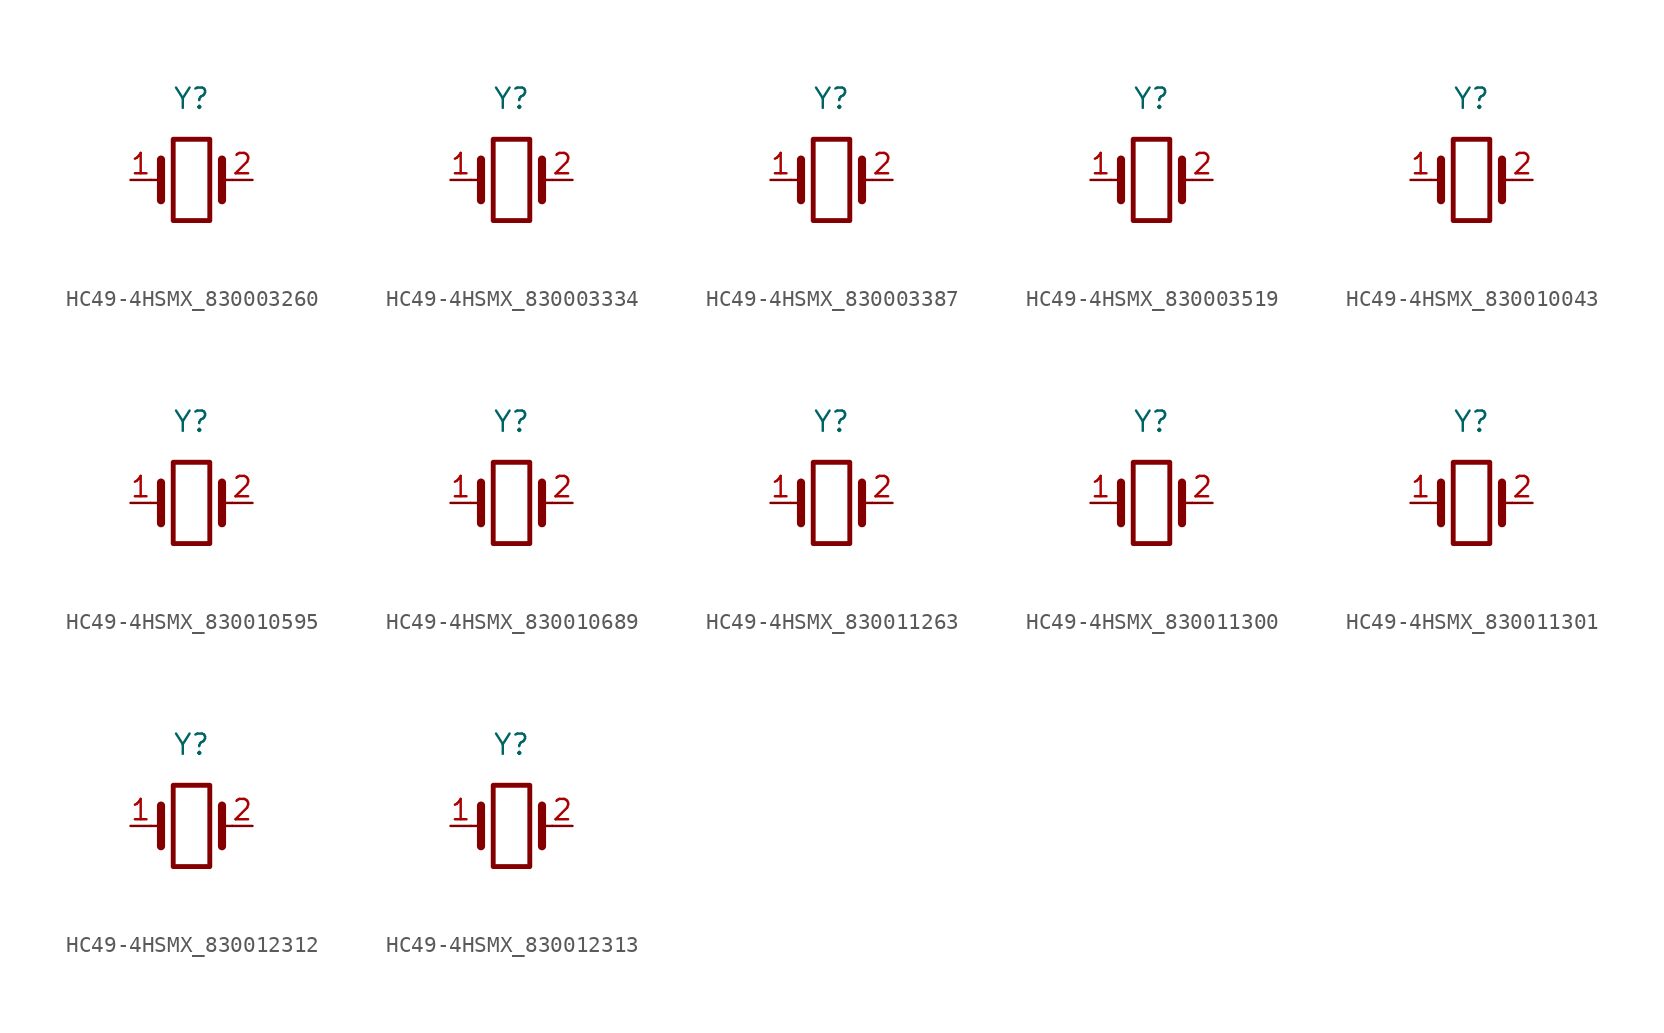
<source format=kicad_sym>
(kicad_symbol_lib
  (version 20220914)
  (generator kicad_symbol_editor)
  (symbol "HC49-4HSMX_830003260"
    (pin_names hide)
    (property "Reference" "Y"
      (at 0 5.08 0)
      (effects (font (size 1.27 1.27))))
    (property "Critical Parameter" ""
      (at 0 -5.08 0)
      (effects (font (size 1.27 1.27)) (justify left)))
    (symbol "HC49-4HSMX_830003260_0_1"
      (rectangle (start -1.143 2.54) (end 1.143 -2.54) (stroke (width 0.305) (type default)) (fill (type none)))
      (polyline (pts (xy -2.54 0) (xy -1.905 0)) (stroke (width 0) (type default)) (fill (type none)))
      (polyline (pts (xy -1.905 -1.27) (xy -1.905 1.27)) (stroke (width 0.508) (type default)) (fill (type none)))
      (polyline (pts (xy 1.905 -1.27) (xy 1.905 1.27)) (stroke (width 0.508) (type default)) (fill (type none)))
      (polyline (pts (xy 2.54 0) (xy 1.905 0)) (stroke (width 0) (type default)) (fill (type none))))
    (symbol "HC49-4HSMX_830003260_1_1"
      (pin passive line (at -3.81 0 0) (length 1.27) (name "1" (effects (font (size 1.27 1.27)))) (number "1" (effects (font (size 1.27 1.27)))))
      (pin passive line (at 3.81 0 180) (length 1.27) (name "2" (effects (font (size 1.27 1.27)))) (number "2" (effects (font (size 1.27 1.27)))))))
  (symbol "HC49-4HSMX_830003334"
    (pin_names hide)
    (property "Reference" "Y"
      (at 0 5.08 0)
      (effects (font (size 1.27 1.27))))
    (property "Critical Parameter" ""
      (at 0 -5.08 0)
      (effects (font (size 1.27 1.27)) (justify left)))
    (symbol "HC49-4HSMX_830003334_0_1"
      (rectangle (start -1.143 2.54) (end 1.143 -2.54) (stroke (width 0.305) (type default)) (fill (type none)))
      (polyline (pts (xy -2.54 0) (xy -1.905 0)) (stroke (width 0) (type default)) (fill (type none)))
      (polyline (pts (xy -1.905 -1.27) (xy -1.905 1.27)) (stroke (width 0.508) (type default)) (fill (type none)))
      (polyline (pts (xy 1.905 -1.27) (xy 1.905 1.27)) (stroke (width 0.508) (type default)) (fill (type none)))
      (polyline (pts (xy 2.54 0) (xy 1.905 0)) (stroke (width 0) (type default)) (fill (type none))))
    (symbol "HC49-4HSMX_830003334_1_1"
      (pin passive line (at -3.81 0 0) (length 1.27) (name "1" (effects (font (size 1.27 1.27)))) (number "1" (effects (font (size 1.27 1.27)))))
      (pin passive line (at 3.81 0 180) (length 1.27) (name "2" (effects (font (size 1.27 1.27)))) (number "2" (effects (font (size 1.27 1.27)))))))
  (symbol "HC49-4HSMX_830003387"
    (pin_names hide)
    (property "Reference" "Y"
      (at 0 5.08 0)
      (effects (font (size 1.27 1.27))))
    (property "Critical Parameter" ""
      (at 0 -5.08 0)
      (effects (font (size 1.27 1.27)) (justify left)))
    (symbol "HC49-4HSMX_830003387_0_1"
      (rectangle (start -1.143 2.54) (end 1.143 -2.54) (stroke (width 0.305) (type default)) (fill (type none)))
      (polyline (pts (xy -2.54 0) (xy -1.905 0)) (stroke (width 0) (type default)) (fill (type none)))
      (polyline (pts (xy -1.905 -1.27) (xy -1.905 1.27)) (stroke (width 0.508) (type default)) (fill (type none)))
      (polyline (pts (xy 1.905 -1.27) (xy 1.905 1.27)) (stroke (width 0.508) (type default)) (fill (type none)))
      (polyline (pts (xy 2.54 0) (xy 1.905 0)) (stroke (width 0) (type default)) (fill (type none))))
    (symbol "HC49-4HSMX_830003387_1_1"
      (pin passive line (at -3.81 0 0) (length 1.27) (name "1" (effects (font (size 1.27 1.27)))) (number "1" (effects (font (size 1.27 1.27)))))
      (pin passive line (at 3.81 0 180) (length 1.27) (name "2" (effects (font (size 1.27 1.27)))) (number "2" (effects (font (size 1.27 1.27)))))))
  (symbol "HC49-4HSMX_830003519"
    (pin_names hide)
    (property "Reference" "Y"
      (at 0 5.08 0)
      (effects (font (size 1.27 1.27))))
    (property "Critical Parameter" ""
      (at 0 -5.08 0)
      (effects (font (size 1.27 1.27)) (justify left)))
    (symbol "HC49-4HSMX_830003519_0_1"
      (rectangle (start -1.143 2.54) (end 1.143 -2.54) (stroke (width 0.305) (type default)) (fill (type none)))
      (polyline (pts (xy -2.54 0) (xy -1.905 0)) (stroke (width 0) (type default)) (fill (type none)))
      (polyline (pts (xy -1.905 -1.27) (xy -1.905 1.27)) (stroke (width 0.508) (type default)) (fill (type none)))
      (polyline (pts (xy 1.905 -1.27) (xy 1.905 1.27)) (stroke (width 0.508) (type default)) (fill (type none)))
      (polyline (pts (xy 2.54 0) (xy 1.905 0)) (stroke (width 0) (type default)) (fill (type none))))
    (symbol "HC49-4HSMX_830003519_1_1"
      (pin passive line (at -3.81 0 0) (length 1.27) (name "1" (effects (font (size 1.27 1.27)))) (number "1" (effects (font (size 1.27 1.27)))))
      (pin passive line (at 3.81 0 180) (length 1.27) (name "2" (effects (font (size 1.27 1.27)))) (number "2" (effects (font (size 1.27 1.27)))))))
  (symbol "HC49-4HSMX_830010043"
    (pin_names hide)
    (property "Reference" "Y"
      (at 0 5.08 0)
      (effects (font (size 1.27 1.27))))
    (property "Critical Parameter" ""
      (at 0 -5.08 0)
      (effects (font (size 1.27 1.27)) (justify left)))
    (symbol "HC49-4HSMX_830010043_0_1"
      (rectangle (start -1.143 2.54) (end 1.143 -2.54) (stroke (width 0.305) (type default)) (fill (type none)))
      (polyline (pts (xy -2.54 0) (xy -1.905 0)) (stroke (width 0) (type default)) (fill (type none)))
      (polyline (pts (xy -1.905 -1.27) (xy -1.905 1.27)) (stroke (width 0.508) (type default)) (fill (type none)))
      (polyline (pts (xy 1.905 -1.27) (xy 1.905 1.27)) (stroke (width 0.508) (type default)) (fill (type none)))
      (polyline (pts (xy 2.54 0) (xy 1.905 0)) (stroke (width 0) (type default)) (fill (type none))))
    (symbol "HC49-4HSMX_830010043_1_1"
      (pin passive line (at -3.81 0 0) (length 1.27) (name "1" (effects (font (size 1.27 1.27)))) (number "1" (effects (font (size 1.27 1.27)))))
      (pin passive line (at 3.81 0 180) (length 1.27) (name "2" (effects (font (size 1.27 1.27)))) (number "2" (effects (font (size 1.27 1.27)))))))
  (symbol "HC49-4HSMX_830010595"
    (pin_names hide)
    (property "Reference" "Y"
      (at 0 5.08 0)
      (effects (font (size 1.27 1.27))))
    (property "Critical Parameter" ""
      (at 0 -5.08 0)
      (effects (font (size 1.27 1.27)) (justify left)))
    (symbol "HC49-4HSMX_830010595_0_1"
      (rectangle (start -1.143 2.54) (end 1.143 -2.54) (stroke (width 0.305) (type default)) (fill (type none)))
      (polyline (pts (xy -2.54 0) (xy -1.905 0)) (stroke (width 0) (type default)) (fill (type none)))
      (polyline (pts (xy -1.905 -1.27) (xy -1.905 1.27)) (stroke (width 0.508) (type default)) (fill (type none)))
      (polyline (pts (xy 1.905 -1.27) (xy 1.905 1.27)) (stroke (width 0.508) (type default)) (fill (type none)))
      (polyline (pts (xy 2.54 0) (xy 1.905 0)) (stroke (width 0) (type default)) (fill (type none))))
    (symbol "HC49-4HSMX_830010595_1_1"
      (pin passive line (at -3.81 0 0) (length 1.27) (name "1" (effects (font (size 1.27 1.27)))) (number "1" (effects (font (size 1.27 1.27)))))
      (pin passive line (at 3.81 0 180) (length 1.27) (name "2" (effects (font (size 1.27 1.27)))) (number "2" (effects (font (size 1.27 1.27)))))))
  (symbol "HC49-4HSMX_830010689"
    (pin_names hide)
    (property "Reference" "Y"
      (at 0 5.08 0)
      (effects (font (size 1.27 1.27))))
    (property "Critical Parameter" ""
      (at 0 -5.08 0)
      (effects (font (size 1.27 1.27)) (justify left)))
    (symbol "HC49-4HSMX_830010689_0_1"
      (rectangle (start -1.143 2.54) (end 1.143 -2.54) (stroke (width 0.305) (type default)) (fill (type none)))
      (polyline (pts (xy -2.54 0) (xy -1.905 0)) (stroke (width 0) (type default)) (fill (type none)))
      (polyline (pts (xy -1.905 -1.27) (xy -1.905 1.27)) (stroke (width 0.508) (type default)) (fill (type none)))
      (polyline (pts (xy 1.905 -1.27) (xy 1.905 1.27)) (stroke (width 0.508) (type default)) (fill (type none)))
      (polyline (pts (xy 2.54 0) (xy 1.905 0)) (stroke (width 0) (type default)) (fill (type none))))
    (symbol "HC49-4HSMX_830010689_1_1"
      (pin passive line (at -3.81 0 0) (length 1.27) (name "1" (effects (font (size 1.27 1.27)))) (number "1" (effects (font (size 1.27 1.27)))))
      (pin passive line (at 3.81 0 180) (length 1.27) (name "2" (effects (font (size 1.27 1.27)))) (number "2" (effects (font (size 1.27 1.27)))))))
  (symbol "HC49-4HSMX_830011263"
    (pin_names hide)
    (property "Reference" "Y"
      (at 0 5.08 0)
      (effects (font (size 1.27 1.27))))
    (property "Critical Parameter" ""
      (at 0 -5.08 0)
      (effects (font (size 1.27 1.27)) (justify left)))
    (symbol "HC49-4HSMX_830011263_0_1"
      (rectangle (start -1.143 2.54) (end 1.143 -2.54) (stroke (width 0.305) (type default)) (fill (type none)))
      (polyline (pts (xy -2.54 0) (xy -1.905 0)) (stroke (width 0) (type default)) (fill (type none)))
      (polyline (pts (xy -1.905 -1.27) (xy -1.905 1.27)) (stroke (width 0.508) (type default)) (fill (type none)))
      (polyline (pts (xy 1.905 -1.27) (xy 1.905 1.27)) (stroke (width 0.508) (type default)) (fill (type none)))
      (polyline (pts (xy 2.54 0) (xy 1.905 0)) (stroke (width 0) (type default)) (fill (type none))))
    (symbol "HC49-4HSMX_830011263_1_1"
      (pin passive line (at -3.81 0 0) (length 1.27) (name "1" (effects (font (size 1.27 1.27)))) (number "1" (effects (font (size 1.27 1.27)))))
      (pin passive line (at 3.81 0 180) (length 1.27) (name "2" (effects (font (size 1.27 1.27)))) (number "2" (effects (font (size 1.27 1.27)))))))
  (symbol "HC49-4HSMX_830011300"
    (pin_names hide)
    (property "Reference" "Y"
      (at 0 5.08 0)
      (effects (font (size 1.27 1.27))))
    (property "Critical Parameter" ""
      (at 0 -5.08 0)
      (effects (font (size 1.27 1.27)) (justify left)))
    (symbol "HC49-4HSMX_830011300_0_1"
      (rectangle (start -1.143 2.54) (end 1.143 -2.54) (stroke (width 0.305) (type default)) (fill (type none)))
      (polyline (pts (xy -2.54 0) (xy -1.905 0)) (stroke (width 0) (type default)) (fill (type none)))
      (polyline (pts (xy -1.905 -1.27) (xy -1.905 1.27)) (stroke (width 0.508) (type default)) (fill (type none)))
      (polyline (pts (xy 1.905 -1.27) (xy 1.905 1.27)) (stroke (width 0.508) (type default)) (fill (type none)))
      (polyline (pts (xy 2.54 0) (xy 1.905 0)) (stroke (width 0) (type default)) (fill (type none))))
    (symbol "HC49-4HSMX_830011300_1_1"
      (pin passive line (at -3.81 0 0) (length 1.27) (name "1" (effects (font (size 1.27 1.27)))) (number "1" (effects (font (size 1.27 1.27)))))
      (pin passive line (at 3.81 0 180) (length 1.27) (name "2" (effects (font (size 1.27 1.27)))) (number "2" (effects (font (size 1.27 1.27)))))))
  (symbol "HC49-4HSMX_830011301"
    (pin_names hide)
    (property "Reference" "Y"
      (at 0 5.08 0)
      (effects (font (size 1.27 1.27))))
    (property "Critical Parameter" ""
      (at 0 -5.08 0)
      (effects (font (size 1.27 1.27)) (justify left)))
    (symbol "HC49-4HSMX_830011301_0_1"
      (rectangle (start -1.143 2.54) (end 1.143 -2.54) (stroke (width 0.305) (type default)) (fill (type none)))
      (polyline (pts (xy -2.54 0) (xy -1.905 0)) (stroke (width 0) (type default)) (fill (type none)))
      (polyline (pts (xy -1.905 -1.27) (xy -1.905 1.27)) (stroke (width 0.508) (type default)) (fill (type none)))
      (polyline (pts (xy 1.905 -1.27) (xy 1.905 1.27)) (stroke (width 0.508) (type default)) (fill (type none)))
      (polyline (pts (xy 2.54 0) (xy 1.905 0)) (stroke (width 0) (type default)) (fill (type none))))
    (symbol "HC49-4HSMX_830011301_1_1"
      (pin passive line (at -3.81 0 0) (length 1.27) (name "1" (effects (font (size 1.27 1.27)))) (number "1" (effects (font (size 1.27 1.27)))))
      (pin passive line (at 3.81 0 180) (length 1.27) (name "2" (effects (font (size 1.27 1.27)))) (number "2" (effects (font (size 1.27 1.27)))))))
  (symbol "HC49-4HSMX_830012312"
    (pin_names hide)
    (property "Reference" "Y"
      (at 0 5.08 0)
      (effects (font (size 1.27 1.27))))
    (property "Critical Parameter" ""
      (at 0 -5.08 0)
      (effects (font (size 1.27 1.27)) (justify left)))
    (symbol "HC49-4HSMX_830012312_0_1"
      (rectangle (start -1.143 2.54) (end 1.143 -2.54) (stroke (width 0.305) (type default)) (fill (type none)))
      (polyline (pts (xy -2.54 0) (xy -1.905 0)) (stroke (width 0) (type default)) (fill (type none)))
      (polyline (pts (xy -1.905 -1.27) (xy -1.905 1.27)) (stroke (width 0.508) (type default)) (fill (type none)))
      (polyline (pts (xy 1.905 -1.27) (xy 1.905 1.27)) (stroke (width 0.508) (type default)) (fill (type none)))
      (polyline (pts (xy 2.54 0) (xy 1.905 0)) (stroke (width 0) (type default)) (fill (type none))))
    (symbol "HC49-4HSMX_830012312_1_1"
      (pin passive line (at -3.81 0 0) (length 1.27) (name "1" (effects (font (size 1.27 1.27)))) (number "1" (effects (font (size 1.27 1.27)))))
      (pin passive line (at 3.81 0 180) (length 1.27) (name "2" (effects (font (size 1.27 1.27)))) (number "2" (effects (font (size 1.27 1.27)))))))
  (symbol "HC49-4HSMX_830012313"
    (pin_names hide)
    (property "Reference" "Y"
      (at 0 5.08 0)
      (effects (font (size 1.27 1.27))))
    (property "Critical Parameter" ""
      (at 0 -5.08 0)
      (effects (font (size 1.27 1.27)) (justify left)))
    (symbol "HC49-4HSMX_830012313_0_1"
      (rectangle (start -1.143 2.54) (end 1.143 -2.54) (stroke (width 0.305) (type default)) (fill (type none)))
      (polyline (pts (xy -2.54 0) (xy -1.905 0)) (stroke (width 0) (type default)) (fill (type none)))
      (polyline (pts (xy -1.905 -1.27) (xy -1.905 1.27)) (stroke (width 0.508) (type default)) (fill (type none)))
      (polyline (pts (xy 1.905 -1.27) (xy 1.905 1.27)) (stroke (width 0.508) (type default)) (fill (type none)))
      (polyline (pts (xy 2.54 0) (xy 1.905 0)) (stroke (width 0) (type default)) (fill (type none))))
    (symbol "HC49-4HSMX_830012313_1_1"
      (pin passive line (at -3.81 0 0) (length 1.27) (name "1" (effects (font (size 1.27 1.27)))) (number "1" (effects (font (size 1.27 1.27)))))
      (pin passive line (at 3.81 0 180) (length 1.27) (name "2" (effects (font (size 1.27 1.27)))) (number "2" (effects (font (size 1.27 1.27))))))))
</source>
